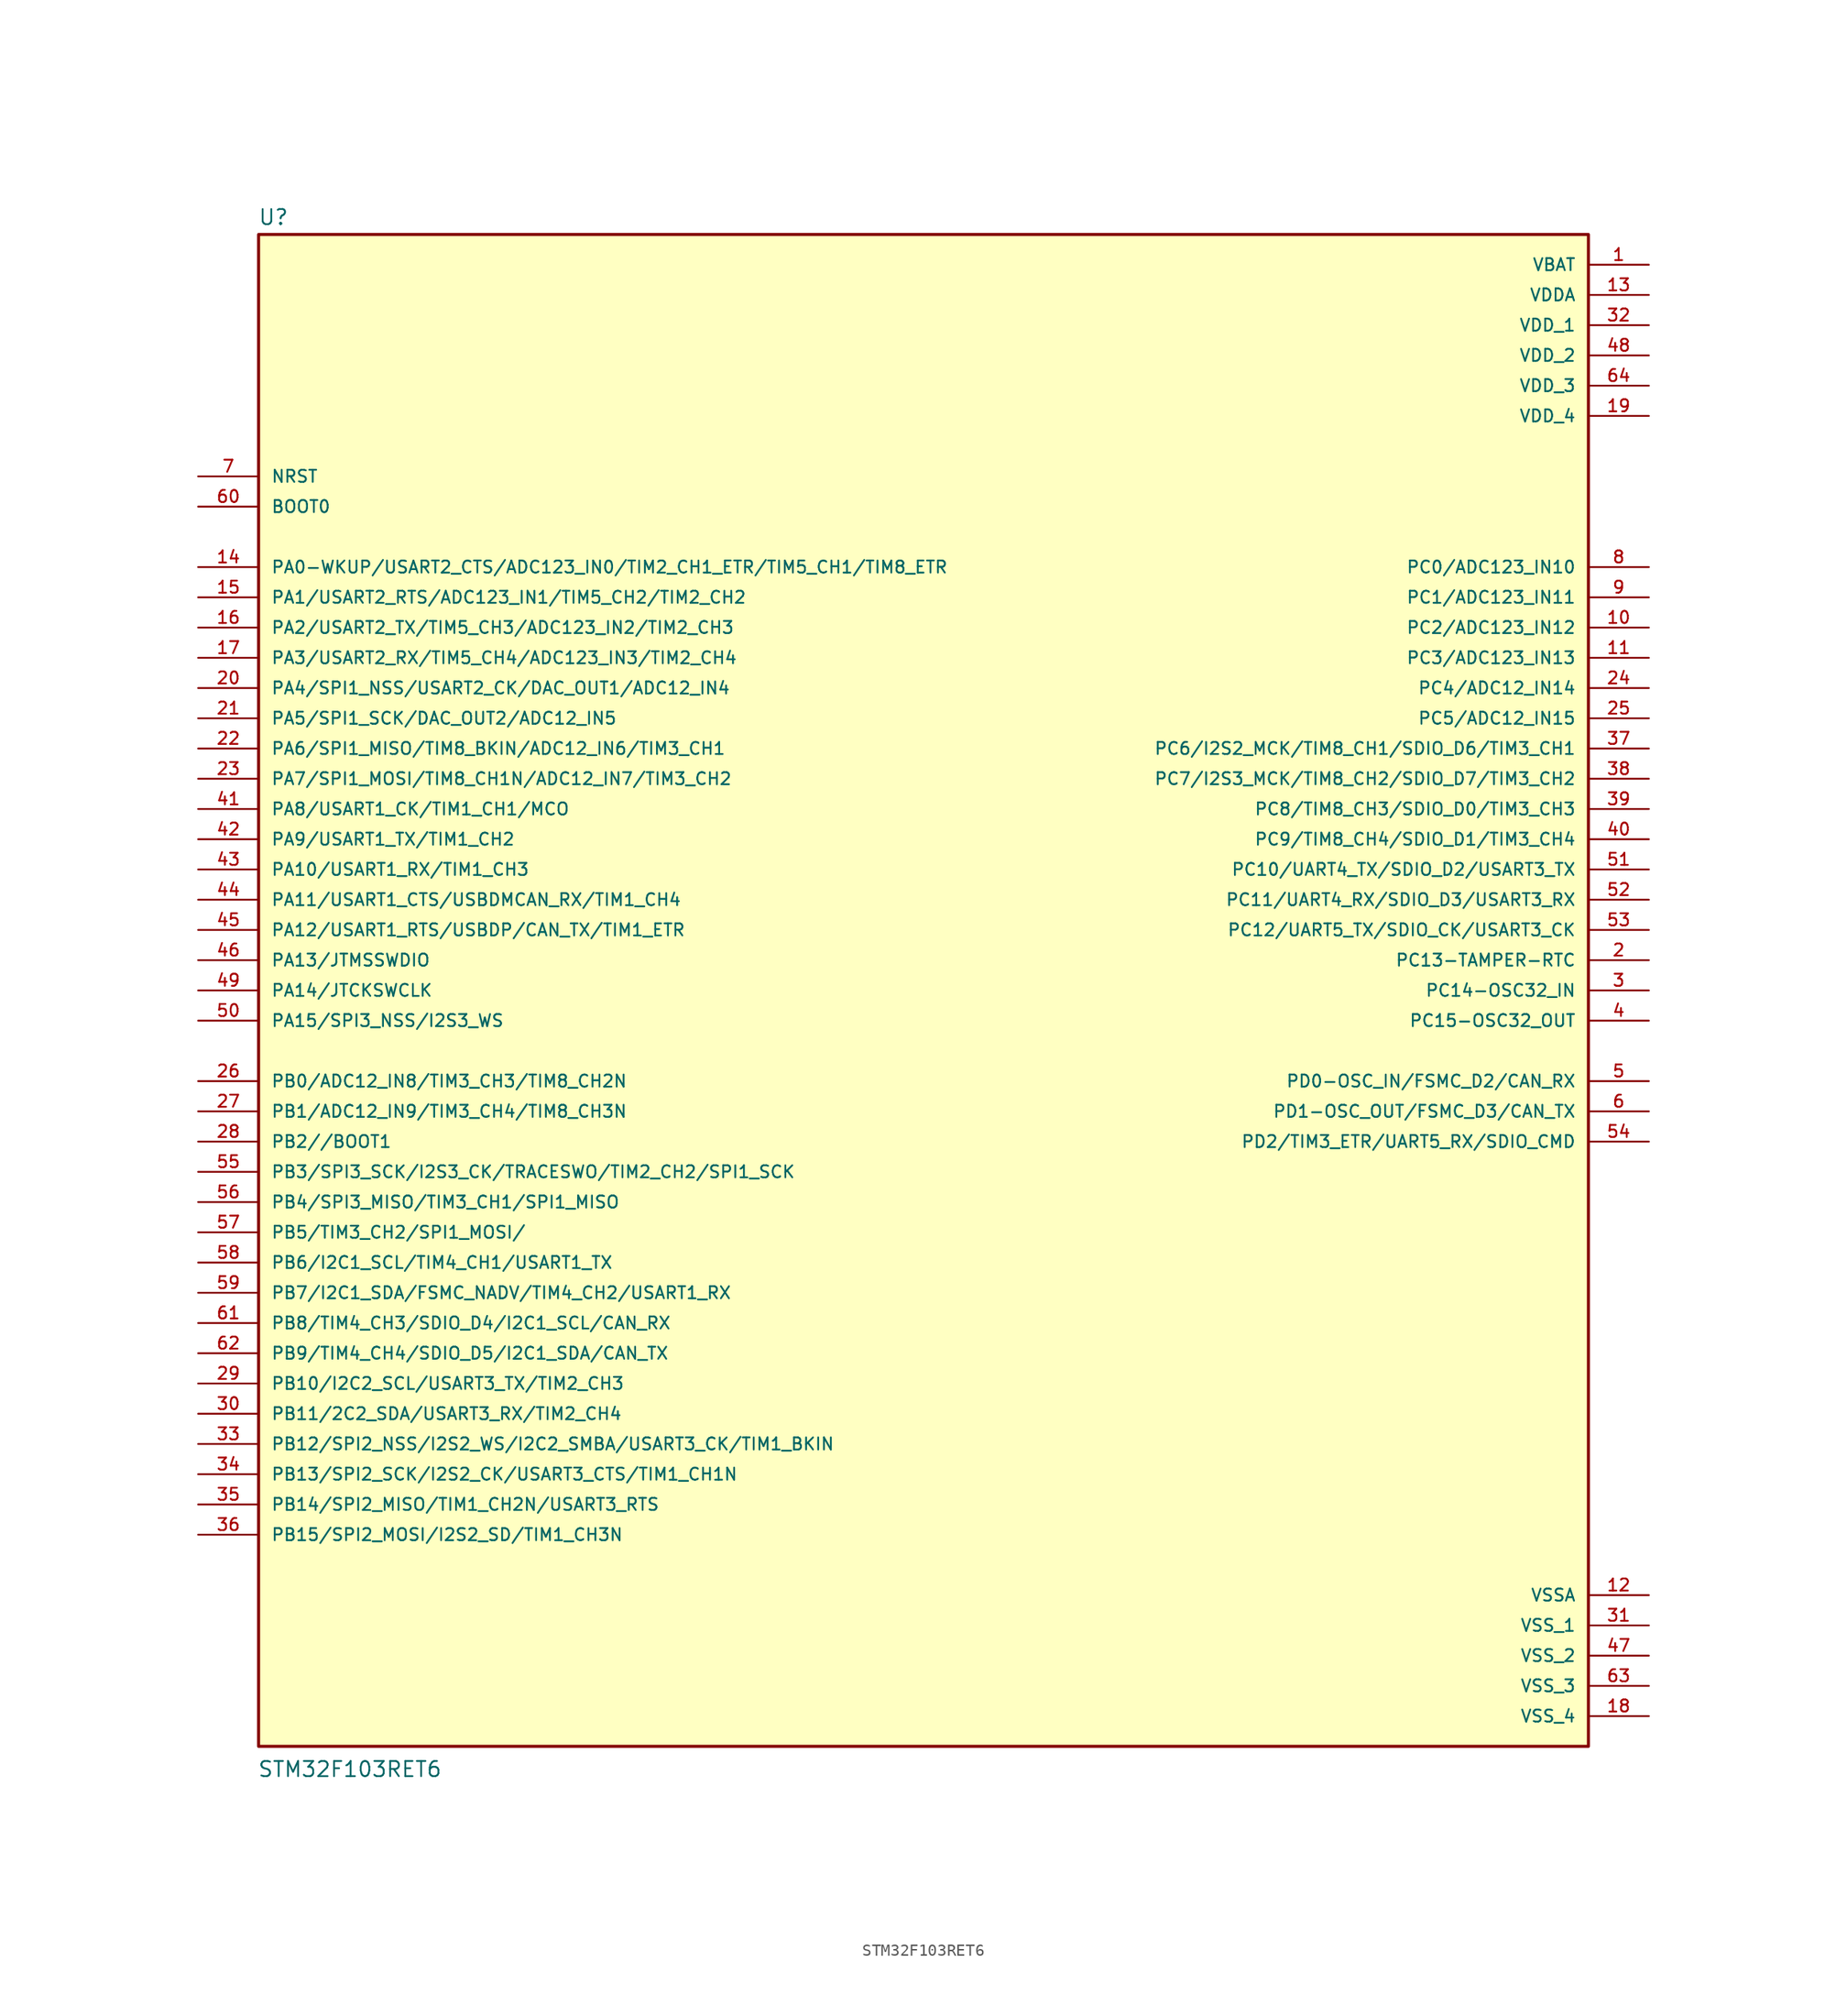
<source format=kicad_sym>
(kicad_symbol_lib
  (version 20211014)
  (generator kicad_symbol_editor)
  (symbol "STM32F103RET6"
    (pin_names
      (offset 1.016))
    (property "Reference" "U"
      (at -55.941 64.205 0)
      (effects (font (size 1.27 1.27)) (justify left bottom)))
    (property "Value" "STM32F103RET6"
      (at -55.986 -66.165 0)
      (effects (font (size 1.27 1.27)) (justify left bottom)))
    (symbol "STM32F103RET6_0_0"
      (rectangle (start -55.88 -63.5) (end 55.88 63.5) (stroke (width 0.254) (type default) (color 0 0 0 0)) (fill (type background)))
      (pin power_in line (at 60.96 60.96 180) (length 5.08) (name "VBAT" (effects (font (size 1.016 1.016)))) (number "1" (effects (font (size 1.016 1.016)))))
      (pin bidirectional line (at 60.96 30.48 180) (length 5.08) (name "PC2/ADC123_IN12" (effects (font (size 1.016 1.016)))) (number "10" (effects (font (size 1.016 1.016)))))
      (pin bidirectional line (at 60.96 27.94 180) (length 5.08) (name "PC3/ADC123_IN13" (effects (font (size 1.016 1.016)))) (number "11" (effects (font (size 1.016 1.016)))))
      (pin power_in line (at 60.96 -50.8 180) (length 5.08) (name "VSSA" (effects (font (size 1.016 1.016)))) (number "12" (effects (font (size 1.016 1.016)))))
      (pin power_in line (at 60.96 58.42 180) (length 5.08) (name "VDDA" (effects (font (size 1.016 1.016)))) (number "13" (effects (font (size 1.016 1.016)))))
      (pin bidirectional line (at -60.96 35.56 0) (length 5.08) (name "PA0-WKUP/USART2_CTS/ADC123_IN0/TIM2_CH1_ETR/TIM5_CH1/TIM8_ETR" (effects (font (size 1.016 1.016)))) (number "14" (effects (font (size 1.016 1.016)))))
      (pin bidirectional line (at -60.96 33.02 0) (length 5.08) (name "PA1/USART2_RTS/ADC123_IN1/TIM5_CH2/TIM2_CH2" (effects (font (size 1.016 1.016)))) (number "15" (effects (font (size 1.016 1.016)))))
      (pin bidirectional line (at -60.96 30.48 0) (length 5.08) (name "PA2/USART2_TX/TIM5_CH3/ADC123_IN2/TIM2_CH3" (effects (font (size 1.016 1.016)))) (number "16" (effects (font (size 1.016 1.016)))))
      (pin bidirectional line (at -60.96 27.94 0) (length 5.08) (name "PA3/USART2_RX/TIM5_CH4/ADC123_IN3/TIM2_CH4" (effects (font (size 1.016 1.016)))) (number "17" (effects (font (size 1.016 1.016)))))
      (pin power_in line (at 60.96 -60.96 180) (length 5.08) (name "VSS_4" (effects (font (size 1.016 1.016)))) (number "18" (effects (font (size 1.016 1.016)))))
      (pin power_in line (at 60.96 48.26 180) (length 5.08) (name "VDD_4" (effects (font (size 1.016 1.016)))) (number "19" (effects (font (size 1.016 1.016)))))
      (pin bidirectional line (at 60.96 2.54 180) (length 5.08) (name "PC13-TAMPER-RTC" (effects (font (size 1.016 1.016)))) (number "2" (effects (font (size 1.016 1.016)))))
      (pin bidirectional line (at -60.96 25.4 0) (length 5.08) (name "PA4/SPI1_NSS/USART2_CK/DAC_OUT1/ADC12_IN4" (effects (font (size 1.016 1.016)))) (number "20" (effects (font (size 1.016 1.016)))))
      (pin bidirectional line (at -60.96 22.86 0) (length 5.08) (name "PA5/SPI1_SCK/DAC_OUT2/ADC12_IN5" (effects (font (size 1.016 1.016)))) (number "21" (effects (font (size 1.016 1.016)))))
      (pin bidirectional line (at -60.96 20.32 0) (length 5.08) (name "PA6/SPI1_MISO/TIM8_BKIN/ADC12_IN6/TIM3_CH1" (effects (font (size 1.016 1.016)))) (number "22" (effects (font (size 1.016 1.016)))))
      (pin bidirectional line (at -60.96 17.78 0) (length 5.08) (name "PA7/SPI1_MOSI/TIM8_CH1N/ADC12_IN7/TIM3_CH2" (effects (font (size 1.016 1.016)))) (number "23" (effects (font (size 1.016 1.016)))))
      (pin bidirectional line (at 60.96 25.4 180) (length 5.08) (name "PC4/ADC12_IN14" (effects (font (size 1.016 1.016)))) (number "24" (effects (font (size 1.016 1.016)))))
      (pin bidirectional line (at 60.96 22.86 180) (length 5.08) (name "PC5/ADC12_IN15" (effects (font (size 1.016 1.016)))) (number "25" (effects (font (size 1.016 1.016)))))
      (pin bidirectional line (at -60.96 -7.62 0) (length 5.08) (name "PB0/ADC12_IN8/TIM3_CH3/TIM8_CH2N" (effects (font (size 1.016 1.016)))) (number "26" (effects (font (size 1.016 1.016)))))
      (pin bidirectional line (at -60.96 -10.16 0) (length 5.08) (name "PB1/ADC12_IN9/TIM3_CH4/TIM8_CH3N" (effects (font (size 1.016 1.016)))) (number "27" (effects (font (size 1.016 1.016)))))
      (pin bidirectional line (at -60.96 -12.7 0) (length 5.08) (name "PB2//BOOT1" (effects (font (size 1.016 1.016)))) (number "28" (effects (font (size 1.016 1.016)))))
      (pin bidirectional line (at -60.96 -33.02 0) (length 5.08) (name "PB10/I2C2_SCL/USART3_TX/TIM2_CH3" (effects (font (size 1.016 1.016)))) (number "29" (effects (font (size 1.016 1.016)))))
      (pin bidirectional line (at 60.96 0 180) (length 5.08) (name "PC14-OSC32_IN" (effects (font (size 1.016 1.016)))) (number "3" (effects (font (size 1.016 1.016)))))
      (pin bidirectional line (at -60.96 -35.56 0) (length 5.08) (name "PB11/2C2_SDA/USART3_RX/TIM2_CH4" (effects (font (size 1.016 1.016)))) (number "30" (effects (font (size 1.016 1.016)))))
      (pin power_in line (at 60.96 -53.34 180) (length 5.08) (name "VSS_1" (effects (font (size 1.016 1.016)))) (number "31" (effects (font (size 1.016 1.016)))))
      (pin power_in line (at 60.96 55.88 180) (length 5.08) (name "VDD_1" (effects (font (size 1.016 1.016)))) (number "32" (effects (font (size 1.016 1.016)))))
      (pin bidirectional line (at -60.96 -38.1 0) (length 5.08) (name "PB12/SPI2_NSS/I2S2_WS/I2C2_SMBA/USART3_CK/TIM1_BKIN" (effects (font (size 1.016 1.016)))) (number "33" (effects (font (size 1.016 1.016)))))
      (pin bidirectional line (at -60.96 -40.64 0) (length 5.08) (name "PB13/SPI2_SCK/I2S2_CK/USART3_CTS/TIM1_CH1N" (effects (font (size 1.016 1.016)))) (number "34" (effects (font (size 1.016 1.016)))))
      (pin bidirectional line (at -60.96 -43.18 0) (length 5.08) (name "PB14/SPI2_MISO/TIM1_CH2N/USART3_RTS" (effects (font (size 1.016 1.016)))) (number "35" (effects (font (size 1.016 1.016)))))
      (pin bidirectional line (at -60.96 -45.72 0) (length 5.08) (name "PB15/SPI2_MOSI/I2S2_SD/TIM1_CH3N" (effects (font (size 1.016 1.016)))) (number "36" (effects (font (size 1.016 1.016)))))
      (pin bidirectional line (at 60.96 20.32 180) (length 5.08) (name "PC6/I2S2_MCK/TIM8_CH1/SDIO_D6/TIM3_CH1" (effects (font (size 1.016 1.016)))) (number "37" (effects (font (size 1.016 1.016)))))
      (pin bidirectional line (at 60.96 17.78 180) (length 5.08) (name "PC7/I2S3_MCK/TIM8_CH2/SDIO_D7/TIM3_CH2" (effects (font (size 1.016 1.016)))) (number "38" (effects (font (size 1.016 1.016)))))
      (pin bidirectional line (at 60.96 15.24 180) (length 5.08) (name "PC8/TIM8_CH3/SDIO_D0/TIM3_CH3" (effects (font (size 1.016 1.016)))) (number "39" (effects (font (size 1.016 1.016)))))
      (pin bidirectional line (at 60.96 -2.54 180) (length 5.08) (name "PC15-OSC32_OUT" (effects (font (size 1.016 1.016)))) (number "4" (effects (font (size 1.016 1.016)))))
      (pin bidirectional line (at 60.96 12.7 180) (length 5.08) (name "PC9/TIM8_CH4/SDIO_D1/TIM3_CH4" (effects (font (size 1.016 1.016)))) (number "40" (effects (font (size 1.016 1.016)))))
      (pin bidirectional line (at -60.96 15.24 0) (length 5.08) (name "PA8/USART1_CK/TIM1_CH1/MCO" (effects (font (size 1.016 1.016)))) (number "41" (effects (font (size 1.016 1.016)))))
      (pin bidirectional line (at -60.96 12.7 0) (length 5.08) (name "PA9/USART1_TX/TIM1_CH2" (effects (font (size 1.016 1.016)))) (number "42" (effects (font (size 1.016 1.016)))))
      (pin bidirectional line (at -60.96 10.16 0) (length 5.08) (name "PA10/USART1_RX/TIM1_CH3" (effects (font (size 1.016 1.016)))) (number "43" (effects (font (size 1.016 1.016)))))
      (pin bidirectional line (at -60.96 7.62 0) (length 5.08) (name "PA11/USART1_CTS/USBDMCAN_RX/TIM1_CH4" (effects (font (size 1.016 1.016)))) (number "44" (effects (font (size 1.016 1.016)))))
      (pin bidirectional line (at -60.96 5.08 0) (length 5.08) (name "PA12/USART1_RTS/USBDP/CAN_TX/TIM1_ETR" (effects (font (size 1.016 1.016)))) (number "45" (effects (font (size 1.016 1.016)))))
      (pin bidirectional line (at -60.96 2.54 0) (length 5.08) (name "PA13/JTMSSWDIO" (effects (font (size 1.016 1.016)))) (number "46" (effects (font (size 1.016 1.016)))))
      (pin power_in line (at 60.96 -55.88 180) (length 5.08) (name "VSS_2" (effects (font (size 1.016 1.016)))) (number "47" (effects (font (size 1.016 1.016)))))
      (pin power_in line (at 60.96 53.34 180) (length 5.08) (name "VDD_2" (effects (font (size 1.016 1.016)))) (number "48" (effects (font (size 1.016 1.016)))))
      (pin bidirectional line (at -60.96 0 0) (length 5.08) (name "PA14/JTCKSWCLK" (effects (font (size 1.016 1.016)))) (number "49" (effects (font (size 1.016 1.016)))))
      (pin bidirectional line (at 60.96 -7.62 180) (length 5.08) (name "PD0-OSC_IN/FSMC_D2/CAN_RX" (effects (font (size 1.016 1.016)))) (number "5" (effects (font (size 1.016 1.016)))))
      (pin bidirectional line (at -60.96 -2.54 0) (length 5.08) (name "PA15/SPI3_NSS/I2S3_WS" (effects (font (size 1.016 1.016)))) (number "50" (effects (font (size 1.016 1.016)))))
      (pin bidirectional line (at 60.96 10.16 180) (length 5.08) (name "PC10/UART4_TX/SDIO_D2/USART3_TX" (effects (font (size 1.016 1.016)))) (number "51" (effects (font (size 1.016 1.016)))))
      (pin bidirectional line (at 60.96 7.62 180) (length 5.08) (name "PC11/UART4_RX/SDIO_D3/USART3_RX" (effects (font (size 1.016 1.016)))) (number "52" (effects (font (size 1.016 1.016)))))
      (pin bidirectional line (at 60.96 5.08 180) (length 5.08) (name "PC12/UART5_TX/SDIO_CK/USART3_CK" (effects (font (size 1.016 1.016)))) (number "53" (effects (font (size 1.016 1.016)))))
      (pin bidirectional line (at 60.96 -12.7 180) (length 5.08) (name "PD2/TIM3_ETR/UART5_RX/SDIO_CMD" (effects (font (size 1.016 1.016)))) (number "54" (effects (font (size 1.016 1.016)))))
      (pin bidirectional line (at -60.96 -15.24 0) (length 5.08) (name "PB3/SPI3_SCK/I2S3_CK/TRACESWO/TIM2_CH2/SPI1_SCK" (effects (font (size 1.016 1.016)))) (number "55" (effects (font (size 1.016 1.016)))))
      (pin bidirectional line (at -60.96 -17.78 0) (length 5.08) (name "PB4/SPI3_MISO/TIM3_CH1/SPI1_MISO" (effects (font (size 1.016 1.016)))) (number "56" (effects (font (size 1.016 1.016)))))
      (pin bidirectional line (at -60.96 -20.32 0) (length 5.08) (name "PB5/TIM3_CH2/SPI1_MOSI/" (effects (font (size 1.016 1.016)))) (number "57" (effects (font (size 1.016 1.016)))))
      (pin bidirectional line (at -60.96 -22.86 0) (length 5.08) (name "PB6/I2C1_SCL/TIM4_CH1/USART1_TX" (effects (font (size 1.016 1.016)))) (number "58" (effects (font (size 1.016 1.016)))))
      (pin bidirectional line (at -60.96 -25.4 0) (length 5.08) (name "PB7/I2C1_SDA/FSMC_NADV/TIM4_CH2/USART1_RX" (effects (font (size 1.016 1.016)))) (number "59" (effects (font (size 1.016 1.016)))))
      (pin bidirectional line (at 60.96 -10.16 180) (length 5.08) (name "PD1-OSC_OUT/FSMC_D3/CAN_TX" (effects (font (size 1.016 1.016)))) (number "6" (effects (font (size 1.016 1.016)))))
      (pin input line (at -60.96 40.64 0) (length 5.08) (name "BOOT0" (effects (font (size 1.016 1.016)))) (number "60" (effects (font (size 1.016 1.016)))))
      (pin bidirectional line (at -60.96 -27.94 0) (length 5.08) (name "PB8/TIM4_CH3/SDIO_D4/I2C1_SCL/CAN_RX" (effects (font (size 1.016 1.016)))) (number "61" (effects (font (size 1.016 1.016)))))
      (pin bidirectional line (at -60.96 -30.48 0) (length 5.08) (name "PB9/TIM4_CH4/SDIO_D5/I2C1_SDA/CAN_TX" (effects (font (size 1.016 1.016)))) (number "62" (effects (font (size 1.016 1.016)))))
      (pin power_in line (at 60.96 -58.42 180) (length 5.08) (name "VSS_3" (effects (font (size 1.016 1.016)))) (number "63" (effects (font (size 1.016 1.016)))))
      (pin power_in line (at 60.96 50.8 180) (length 5.08) (name "VDD_3" (effects (font (size 1.016 1.016)))) (number "64" (effects (font (size 1.016 1.016)))))
      (pin input line (at -60.96 43.18 0) (length 5.08) (name "NRST" (effects (font (size 1.016 1.016)))) (number "7" (effects (font (size 1.016 1.016)))))
      (pin bidirectional line (at 60.96 35.56 180) (length 5.08) (name "PC0/ADC123_IN10" (effects (font (size 1.016 1.016)))) (number "8" (effects (font (size 1.016 1.016)))))
      (pin bidirectional line (at 60.96 33.02 180) (length 5.08) (name "PC1/ADC123_IN11" (effects (font (size 1.016 1.016)))) (number "9" (effects (font (size 1.016 1.016))))))))
</source>
